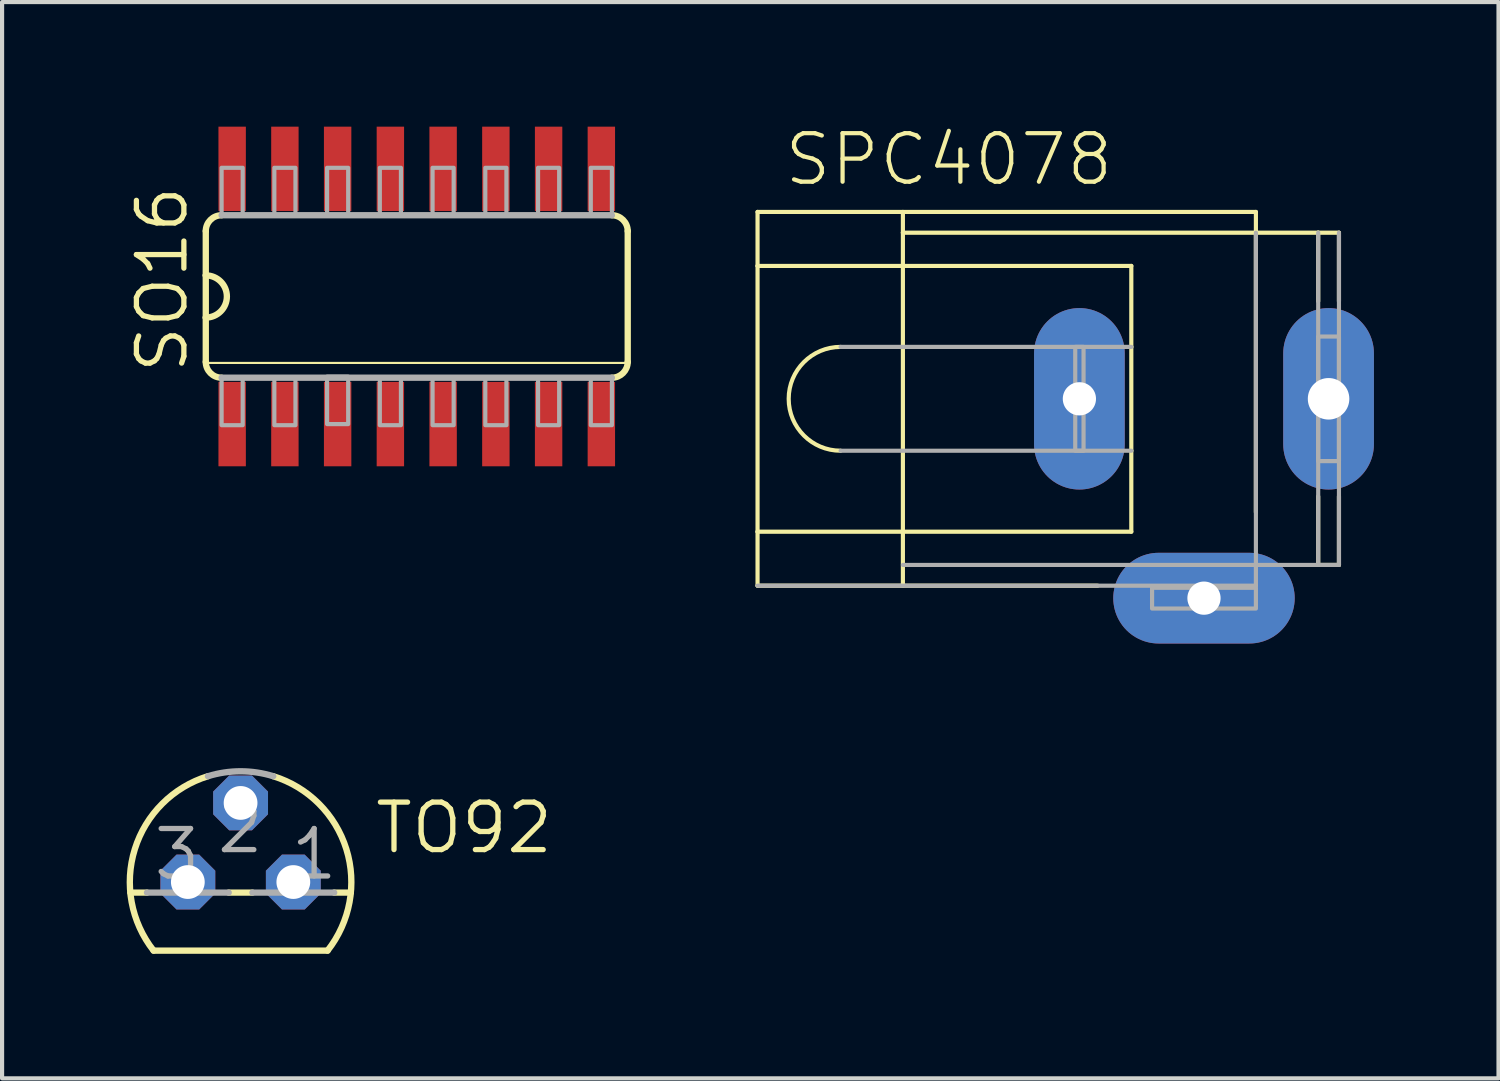
<source format=kicad_pcb>
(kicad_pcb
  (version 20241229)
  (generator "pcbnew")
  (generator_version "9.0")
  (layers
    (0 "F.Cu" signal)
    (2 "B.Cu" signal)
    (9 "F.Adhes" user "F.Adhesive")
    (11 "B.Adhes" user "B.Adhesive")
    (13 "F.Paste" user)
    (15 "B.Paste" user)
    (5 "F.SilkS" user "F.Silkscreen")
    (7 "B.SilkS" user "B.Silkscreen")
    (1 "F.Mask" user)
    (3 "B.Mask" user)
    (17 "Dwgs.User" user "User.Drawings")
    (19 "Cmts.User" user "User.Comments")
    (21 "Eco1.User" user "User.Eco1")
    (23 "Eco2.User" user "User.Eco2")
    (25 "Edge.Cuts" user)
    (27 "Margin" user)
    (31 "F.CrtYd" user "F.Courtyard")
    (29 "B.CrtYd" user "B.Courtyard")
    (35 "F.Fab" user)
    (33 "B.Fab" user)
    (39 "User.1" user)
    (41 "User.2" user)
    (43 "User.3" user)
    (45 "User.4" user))
  (footprint "SPC4078"
    (layer "F.Cu")
    (at 25.941 6.553)
    (property "Reference" "SPC4078" (at -10.16 -5.08 0) (layer "F.SilkS") (effects (font (size 1.168 1.168) (thickness 0.102)) (justify left bottom)))
    (fp_line (start -10.75 -4.5) (end 1.25 -4.5) (stroke (width 0.1) (type solid)) (layer "F.SilkS"))
    (fp_line (start -10.75 -3.2) (end -10.75 -4.5) (stroke (width 0.1) (type solid)) (layer "F.SilkS"))
    (fp_line (start -10.75 -3.2) (end -1.75 -3.2) (stroke (width 0.1) (type solid)) (layer "F.SilkS"))
    (fp_line (start -10.75 3.2) (end -10.75 -3.2) (stroke (width 0.1) (type solid)) (layer "F.SilkS"))
    (fp_line (start -10.75 3.2) (end -1.75 3.2) (stroke (width 0.1) (type solid)) (layer "F.SilkS"))
    (fp_line (start -10.75 4.5) (end -10.75 3.2) (stroke (width 0.1) (type solid)) (layer "F.SilkS"))
    (fp_line (start -10.75 4.5) (end -2.56 4.5) (stroke (width 0.1) (type solid)) (layer "F.SilkS"))
    (fp_line (start -7.25 -4) (end -7.25 -4.5) (stroke (width 0.1) (type solid)) (layer "F.SilkS"))
    (fp_line (start -7.25 -4) (end 1.25 -4) (stroke (width 0.1) (type solid)) (layer "F.SilkS"))
    (fp_line (start -7.25 4.5) (end -7.25 -4) (stroke (width 0.1) (type solid)) (layer "F.SilkS"))
    (fp_line (start -1.75 -1.25) (end -1.75 -3.2) (stroke (width 0.1) (type solid)) (layer "F.SilkS"))
    (fp_line (start -1.75 1.25) (end -1.75 -1.25) (stroke (width 0.1) (type solid)) (layer "F.SilkS"))
    (fp_line (start -1.75 3.2) (end -1.75 1.25) (stroke (width 0.1) (type solid)) (layer "F.SilkS"))
    (fp_line (start 1.25 -4) (end 1.25 -4.5) (stroke (width 0.1) (type solid)) (layer "F.SilkS"))
    (fp_line (start 1.25 -4) (end 2.75 -4) (stroke (width 0.1) (type solid)) (layer "F.SilkS"))
    (fp_line (start 1.25 2.73) (end 1.25 -4) (stroke (width 0.1) (type solid)) (layer "F.SilkS"))
    (fp_line (start 2.75 -4) (end 3.25 -4) (stroke (width 0.1) (type solid)) (layer "F.SilkS"))
    (fp_line (start 2.75 -2.35) (end 2.75 -4) (stroke (width 0.1) (type solid)) (layer "F.SilkS"))
    (fp_line (start 2.75 4) (end 2.75 2.35) (stroke (width 0.1) (type solid)) (layer "F.SilkS"))
    (fp_line (start 2.75 4) (end 3.25 4) (stroke (width 0.1) (type solid)) (layer "F.SilkS"))
    (fp_line (start 3.25 -2.35) (end 3.25 -4) (stroke (width 0.1) (type solid)) (layer "F.SilkS"))
    (fp_line (start 3.25 4) (end 3.25 2.35) (stroke (width 0.1) (type solid)) (layer "F.SilkS"))
    (fp_arc (start -8.75 1.25) (mid -10 0) (end -8.75 -1.25) (stroke (width 0.1) (type solid)) (layer "F.SilkS"))
    (fp_line (start -10.75 4.5) (end 1.25 4.5) (stroke (width 0.1) (type solid)) (layer "F.Fab"))
    (fp_line (start -8.75 -1.25) (end -1.75 -1.25) (stroke (width 0.1) (type solid)) (layer "F.Fab"))
    (fp_line (start -8.75 1.25) (end -1.75 1.25) (stroke (width 0.1) (type solid)) (layer "F.Fab"))
    (fp_line (start -7.25 4) (end 1.25 4) (stroke (width 0.1) (type solid)) (layer "F.Fab"))
    (fp_line (start 1.25 4) (end 1.25 -4) (stroke (width 0.1) (type solid)) (layer "F.Fab"))
    (fp_line (start 1.25 4) (end 2.75 4) (stroke (width 0.1) (type solid)) (layer "F.Fab"))
    (fp_line (start 1.25 4.5) (end 1.25 4) (stroke (width 0.1) (type solid)) (layer "F.Fab"))
    (fp_line (start 2.75 4) (end 2.75 -4) (stroke (width 0.1) (type solid)) (layer "F.Fab"))
    (fp_line (start 2.75 4) (end 3.25 4) (stroke (width 0.1) (type solid)) (layer "F.Fab"))
    (fp_line (start 3.25 4) (end 3.25 -4) (stroke (width 0.1) (type solid)) (layer "F.Fab"))
    (fp_poly (pts (xy -3.1 1.25) (xy -2.9 1.25) (xy -2.9 -1.25) (xy -3.1 -1.25)) (stroke (width 0.1) (type default)) (fill no) (layer "F.Fab"))
    (fp_poly (pts (xy -1.25 5.05) (xy 1.25 5.05) (xy 1.25 4.55) (xy -1.25 4.55)) (stroke (width 0.1) (type default)) (fill no) (layer "F.Fab"))
    (fp_poly (pts (xy 2.75 1.5) (xy 3.25 1.5) (xy 3.25 -1.5) (xy 2.75 -1.5)) (stroke (width 0.1) (type default)) (fill no) (layer "F.Fab"))
    (pad "1" thru_hole oval (at -3 0 90) (size 4.369 2.184) (drill 0.8) (layers "*.Cu" "*.Mask"))
    (pad "2" thru_hole oval (at 0 4.8) (size 4.369 2.184) (drill 0.8) (layers "*.Cu" "*.Mask"))
    (pad "3" thru_hole oval (at 3 0 90) (size 4.369 2.184) (drill 1) (layers "*.Cu" "*.Mask")))
  (footprint "TO92"
    (layer "F.Cu")
    (at 2.743 18.189)
    (property "Reference" "TO92" (at 3.175 -0.635 0) (layer "F.SilkS") (effects (font (size 1.143 1.143) (thickness 0.127)) (justify left bottom)))
    (fp_line (start -2.655 0.254) (end -2.254 0.254) (stroke (width 0.152) (type solid)) (layer "F.SilkS"))
    (fp_line (start -2.095 1.651) (end 2.095 1.651) (stroke (width 0.152) (type solid)) (layer "F.SilkS"))
    (fp_line (start -0.286 0.254) (end 0.286 0.254) (stroke (width 0.152) (type solid)) (layer "F.SilkS"))
    (fp_line (start 2.254 0.254) (end 2.655 0.254) (stroke (width 0.152) (type solid)) (layer "F.SilkS"))
    (fp_arc (start -2.0946 1.651) (mid -2.54634 -0.793276) (end -0.7863 -2.5485) (stroke (width 0.1524) (type solid)) (layer "F.SilkS"))
    (fp_arc (start 0.7868 -2.5484) (mid 2.546775 -0.793203) (end 2.094999 1.651) (stroke (width 0.1524) (type solid)) (layer "F.SilkS"))
    (fp_line (start -2.254 0.254) (end -0.286 0.254) (stroke (width 0.152) (type solid)) (layer "F.Fab"))
    (fp_line (start 0.286 0.254) (end 2.254 0.254) (stroke (width 0.152) (type solid)) (layer "F.Fab"))
    (fp_arc (start -0.7863 -2.5485) (mid 0 -2.667043) (end 0.7863 -2.5485) (stroke (width 0.1524) (type solid)) (layer "F.Fab"))
    (fp_text user "2" (at -0.635 -0.635 0) (layer "F.Fab") (effects (font (size 1.143 1.143) (thickness 0.127)) (justify left bottom)))
    (fp_text user "3" (at -2.159 0 0) (layer "F.Fab") (effects (font (size 1.143 1.143) (thickness 0.127)) (justify left bottom)))
    (fp_text user "1" (at 1.143 0 0) (layer "F.Fab") (effects (font (size 1.143 1.143) (thickness 0.127)) (justify left bottom)))
    (pad "1" thru_hole roundrect (at 1.27 0) (size 1.321 1.321) (drill 0.813) (layers "*.Cu" "*.Mask") (roundrect_rratio 0.25) (chamfer_ratio 0.293) (chamfer top_left top_right bottom_left bottom_right))
    (pad "2" thru_hole roundrect (at 0 -1.905) (size 1.321 1.321) (drill 0.813) (layers "*.Cu" "*.Mask") (roundrect_rratio 0.25) (chamfer_ratio 0.293) (chamfer top_left top_right bottom_left bottom_right))
    (pad "3" thru_hole roundrect (at -1.27 0) (size 1.321 1.321) (drill 0.813) (layers "*.Cu" "*.Mask") (roundrect_rratio 0.25) (chamfer_ratio 0.293) (chamfer top_left top_right bottom_left bottom_right)))
  (footprint "SO16"
    (layer "F.Cu")
    (at 6.985 4.089)
    (property "Reference" "SO16" (at -5.461 1.905 90) (layer "F.SilkS") (effects (font (size 1.143 1.143) (thickness 0.127)) (justify left bottom)))
    (fp_line (start -5.08 -1.575) (end -5.08 -0.508) (stroke (width 0.152) (type solid)) (layer "F.SilkS"))
    (fp_line (start -5.08 -0.508) (end -5.08 0.508) (stroke (width 0.152) (type solid)) (layer "F.SilkS"))
    (fp_line (start -5.08 0.508) (end -5.08 1.575) (stroke (width 0.152) (type solid)) (layer "F.SilkS"))
    (fp_line (start -5.08 1.6) (end 5.08 1.6) (stroke (width 0.051) (type solid)) (layer "F.SilkS"))
    (fp_line (start 5.08 1.575) (end 5.08 -1.575) (stroke (width 0.152) (type solid)) (layer "F.SilkS"))
    (fp_arc (start -5.08 -1.5748) (mid -4.968408 -1.844208) (end -4.699 -1.9558) (stroke (width 0.1524) (type solid)) (layer "F.SilkS"))
    (fp_arc (start -5.08 -0.508) (mid -4.572 0) (end -5.08 0.508) (stroke (width 0.1524) (type solid)) (layer "F.SilkS"))
    (fp_arc (start -4.699 1.9558) (mid -4.968408 1.844208) (end -5.08 1.5748) (stroke (width 0.1524) (type solid)) (layer "F.SilkS"))
    (fp_arc (start 4.699 -1.9558) (mid 4.968408 -1.844208) (end 5.08 -1.5748) (stroke (width 0.1524) (type solid)) (layer "F.SilkS"))
    (fp_arc (start 5.08 1.5748) (mid 4.968408 1.844208) (end 4.699 1.9558) (stroke (width 0.1524) (type solid)) (layer "F.SilkS"))
    (fp_line (start -4.699 1.956) (end 4.699 1.956) (stroke (width 0.152) (type solid)) (layer "F.Fab"))
    (fp_line (start 4.699 -1.956) (end -4.699 -1.956) (stroke (width 0.152) (type solid)) (layer "F.Fab"))
    (fp_poly (pts (xy -4.699 -1.956) (xy -4.191 -1.956) (xy -4.191 -3.099) (xy -4.699 -3.099)) (stroke (width 0.1) (type default)) (fill no) (layer "F.Fab"))
    (fp_poly (pts (xy -4.699 3.099) (xy -4.191 3.099) (xy -4.191 1.956) (xy -4.699 1.956)) (stroke (width 0.1) (type default)) (fill no) (layer "F.Fab"))
    (fp_poly (pts (xy -3.429 -1.956) (xy -2.921 -1.956) (xy -2.921 -3.099) (xy -3.429 -3.099)) (stroke (width 0.1) (type default)) (fill no) (layer "F.Fab"))
    (fp_poly (pts (xy -3.429 3.099) (xy -2.921 3.099) (xy -2.921 1.956) (xy -3.429 1.956)) (stroke (width 0.1) (type default)) (fill no) (layer "F.Fab"))
    (fp_poly (pts (xy -2.159 -1.956) (xy -1.651 -1.956) (xy -1.651 -3.099) (xy -2.159 -3.099)) (stroke (width 0.1) (type default)) (fill no) (layer "F.Fab"))
    (fp_poly (pts (xy -2.159 3.073) (xy -1.651 3.073) (xy -1.651 1.93) (xy -2.159 1.93)) (stroke (width 0.1) (type default)) (fill no) (layer "F.Fab"))
    (fp_poly (pts (xy -0.889 -1.956) (xy -0.381 -1.956) (xy -0.381 -3.099) (xy -0.889 -3.099)) (stroke (width 0.1) (type default)) (fill no) (layer "F.Fab"))
    (fp_poly (pts (xy -0.889 3.099) (xy -0.381 3.099) (xy -0.381 1.956) (xy -0.889 1.956)) (stroke (width 0.1) (type default)) (fill no) (layer "F.Fab"))
    (fp_poly (pts (xy 0.381 -1.956) (xy 0.889 -1.956) (xy 0.889 -3.099) (xy 0.381 -3.099)) (stroke (width 0.1) (type default)) (fill no) (layer "F.Fab"))
    (fp_poly (pts (xy 0.381 3.099) (xy 0.889 3.099) (xy 0.889 1.956) (xy 0.381 1.956)) (stroke (width 0.1) (type default)) (fill no) (layer "F.Fab"))
    (fp_poly (pts (xy 1.651 -1.956) (xy 2.159 -1.956) (xy 2.159 -3.099) (xy 1.651 -3.099)) (stroke (width 0.1) (type default)) (fill no) (layer "F.Fab"))
    (fp_poly (pts (xy 1.651 3.099) (xy 2.159 3.099) (xy 2.159 1.956) (xy 1.651 1.956)) (stroke (width 0.1) (type default)) (fill no) (layer "F.Fab"))
    (fp_poly (pts (xy 2.921 -1.956) (xy 3.429 -1.956) (xy 3.429 -3.099) (xy 2.921 -3.099)) (stroke (width 0.1) (type default)) (fill no) (layer "F.Fab"))
    (fp_poly (pts (xy 2.921 3.099) (xy 3.429 3.099) (xy 3.429 1.956) (xy 2.921 1.956)) (stroke (width 0.1) (type default)) (fill no) (layer "F.Fab"))
    (fp_poly (pts (xy 4.191 -1.956) (xy 4.699 -1.956) (xy 4.699 -3.099) (xy 4.191 -3.099)) (stroke (width 0.1) (type default)) (fill no) (layer "F.Fab"))
    (fp_poly (pts (xy 4.191 3.099) (xy 4.699 3.099) (xy 4.699 1.956) (xy 4.191 1.956)) (stroke (width 0.1) (type default)) (fill no) (layer "F.Fab"))
    (pad "1" smd rect (at -4.445 3.073) (size 0.66 2.032) (layers "F.Cu" "F.Mask" "F.Paste"))
    (pad "2" smd rect (at -3.175 3.073) (size 0.66 2.032) (layers "F.Cu" "F.Mask" "F.Paste"))
    (pad "3" smd rect (at -1.905 3.073) (size 0.66 2.032) (layers "F.Cu" "F.Mask" "F.Paste"))
    (pad "4" smd rect (at -0.635 3.073) (size 0.66 2.032) (layers "F.Cu" "F.Mask" "F.Paste"))
    (pad "5" smd rect (at 0.635 3.073) (size 0.66 2.032) (layers "F.Cu" "F.Mask" "F.Paste"))
    (pad "6" smd rect (at 1.905 3.073) (size 0.66 2.032) (layers "F.Cu" "F.Mask" "F.Paste"))
    (pad "7" smd rect (at 3.175 3.073) (size 0.66 2.032) (layers "F.Cu" "F.Mask" "F.Paste"))
    (pad "8" smd rect (at 4.445 3.073) (size 0.66 2.032) (layers "F.Cu" "F.Mask" "F.Paste"))
    (pad "9" smd rect (at 4.445 -3.073) (size 0.66 2.032) (layers "F.Cu" "F.Mask" "F.Paste"))
    (pad "10" smd rect (at 3.175 -3.073) (size 0.66 2.032) (layers "F.Cu" "F.Mask" "F.Paste"))
    (pad "11" smd rect (at 1.905 -3.073) (size 0.66 2.032) (layers "F.Cu" "F.Mask" "F.Paste"))
    (pad "12" smd rect (at 0.635 -3.073) (size 0.66 2.032) (layers "F.Cu" "F.Mask" "F.Paste"))
    (pad "13" smd rect (at -0.635 -3.073) (size 0.66 2.032) (layers "F.Cu" "F.Mask" "F.Paste"))
    (pad "14" smd rect (at -1.905 -3.073) (size 0.66 2.032) (layers "F.Cu" "F.Mask" "F.Paste"))
    (pad "15" smd rect (at -3.175 -3.073) (size 0.66 2.032) (layers "F.Cu" "F.Mask" "F.Paste"))
    (pad "16" smd rect (at -4.445 -3.073) (size 0.66 2.032) (layers "F.Cu" "F.Mask" "F.Paste")))
  (gr_rect
    (start -3 -3)
    (end 33.033 22.916)
    (stroke (width 0.1) (type default))
    (fill no)
    (layer "Edge.Cuts")))
</source>
